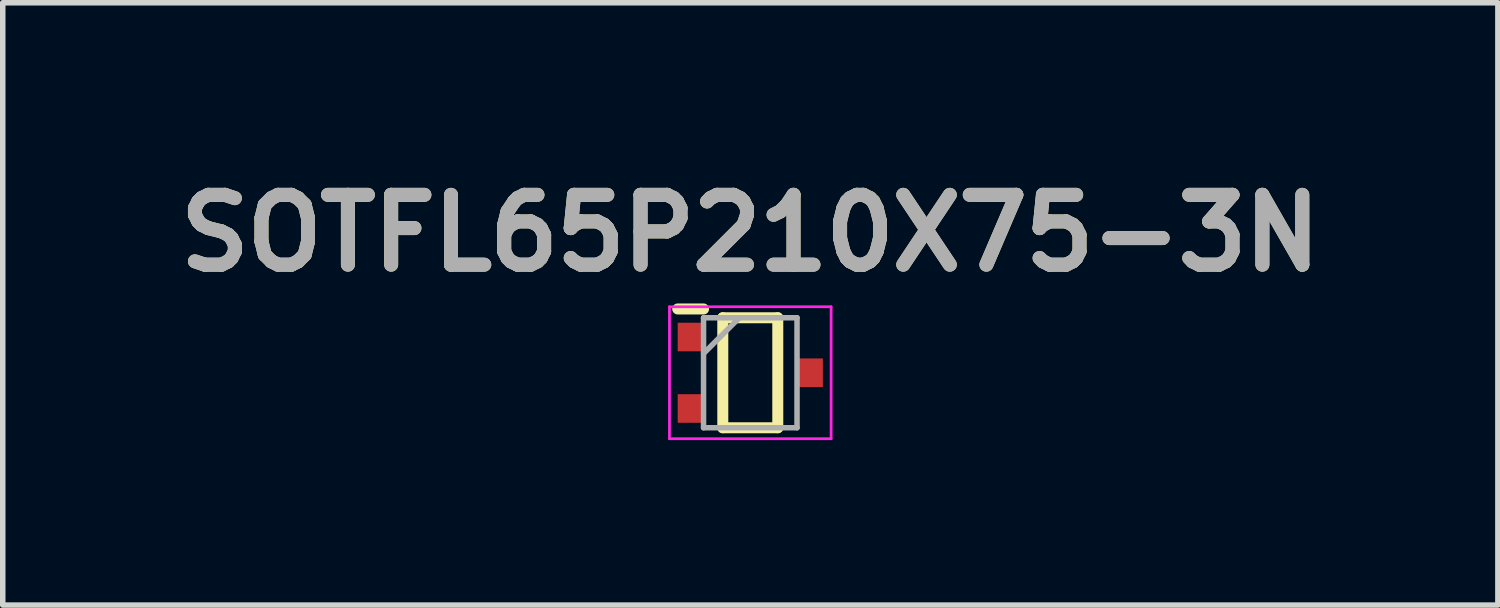
<source format=kicad_pcb>
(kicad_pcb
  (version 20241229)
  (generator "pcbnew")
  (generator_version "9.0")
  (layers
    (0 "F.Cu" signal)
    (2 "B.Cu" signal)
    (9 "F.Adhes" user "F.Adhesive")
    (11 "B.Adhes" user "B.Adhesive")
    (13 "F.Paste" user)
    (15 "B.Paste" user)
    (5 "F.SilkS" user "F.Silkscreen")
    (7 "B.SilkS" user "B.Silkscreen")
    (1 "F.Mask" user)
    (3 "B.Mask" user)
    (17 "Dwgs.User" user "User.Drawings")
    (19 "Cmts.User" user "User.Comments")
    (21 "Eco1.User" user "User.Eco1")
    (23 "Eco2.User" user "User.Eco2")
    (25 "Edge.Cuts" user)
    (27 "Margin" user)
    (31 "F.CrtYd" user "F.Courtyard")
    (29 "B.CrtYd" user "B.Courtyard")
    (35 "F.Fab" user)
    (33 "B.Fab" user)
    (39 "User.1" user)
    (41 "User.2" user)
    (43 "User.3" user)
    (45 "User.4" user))
  (footprint "SOTFL65P210X75-3N"
    (layer "F.Cu")
    (at 10.595 3.729)
    (property "Reference" "SOTFL65P210X75-3N" (at 0 -2.54 0) (layer "F.SilkS") (effects (font (size 1.27 1.27) (thickness 0.254))))
    (attr smd)
    (fp_line (start -1.32 -1.16) (end -0.85 -1.16) (stroke (width 0.2) (type solid)) (layer "F.SilkS"))
    (fp_line (start -0.5 -1) (end 0.5 -1) (stroke (width 0.2) (type solid)) (layer "F.SilkS"))
    (fp_line (start -0.5 1) (end -0.5 -1) (stroke (width 0.2) (type solid)) (layer "F.SilkS"))
    (fp_line (start 0.5 -1) (end 0.5 1) (stroke (width 0.2) (type solid)) (layer "F.SilkS"))
    (fp_line (start 0.5 1) (end -0.5 1) (stroke (width 0.2) (type solid)) (layer "F.SilkS"))
    (fp_line (start -1.47 -1.2) (end 1.47 -1.2) (stroke (width 0.05) (type solid)) (layer "F.CrtYd"))
    (fp_line (start -1.47 1.2) (end -1.47 -1.2) (stroke (width 0.05) (type solid)) (layer "F.CrtYd"))
    (fp_line (start 1.47 -1.2) (end 1.47 1.2) (stroke (width 0.05) (type solid)) (layer "F.CrtYd"))
    (fp_line (start 1.47 1.2) (end -1.47 1.2) (stroke (width 0.05) (type solid)) (layer "F.CrtYd"))
    (fp_line (start -0.85 -1) (end 0.85 -1) (stroke (width 0.1) (type solid)) (layer "F.Fab"))
    (fp_line (start -0.85 -0.35) (end -0.2 -1) (stroke (width 0.1) (type solid)) (layer "F.Fab"))
    (fp_line (start -0.85 1) (end -0.85 -1) (stroke (width 0.1) (type solid)) (layer "F.Fab"))
    (fp_line (start 0.85 -1) (end 0.85 1) (stroke (width 0.1) (type solid)) (layer "F.Fab"))
    (fp_line (start 0.85 1) (end -0.85 1) (stroke (width 0.1) (type solid)) (layer "F.Fab"))
    (fp_text user "${REFERENCE}" (at 0 -2.54 0) (layer "F.Fab") (effects (font (size 1.27 1.27) (thickness 0.254))))
    (pad "1" smd rect (at -1.085 -0.65) (size 0.47 0.52) (layers "F.Cu" "F.Mask" "F.Paste"))
    (pad "2" smd rect (at -1.085 0.65) (size 0.47 0.52) (layers "F.Cu" "F.Mask" "F.Paste"))
    (pad "3" smd rect (at 1.085 0) (size 0.47 0.52) (layers "F.Cu" "F.Mask" "F.Paste")))
  (gr_rect
    (start -3 -3)
    (end 24.191 7.954)
    (stroke (width 0.1) (type default))
    (fill no)
    (layer "Edge.Cuts")))
</source>
